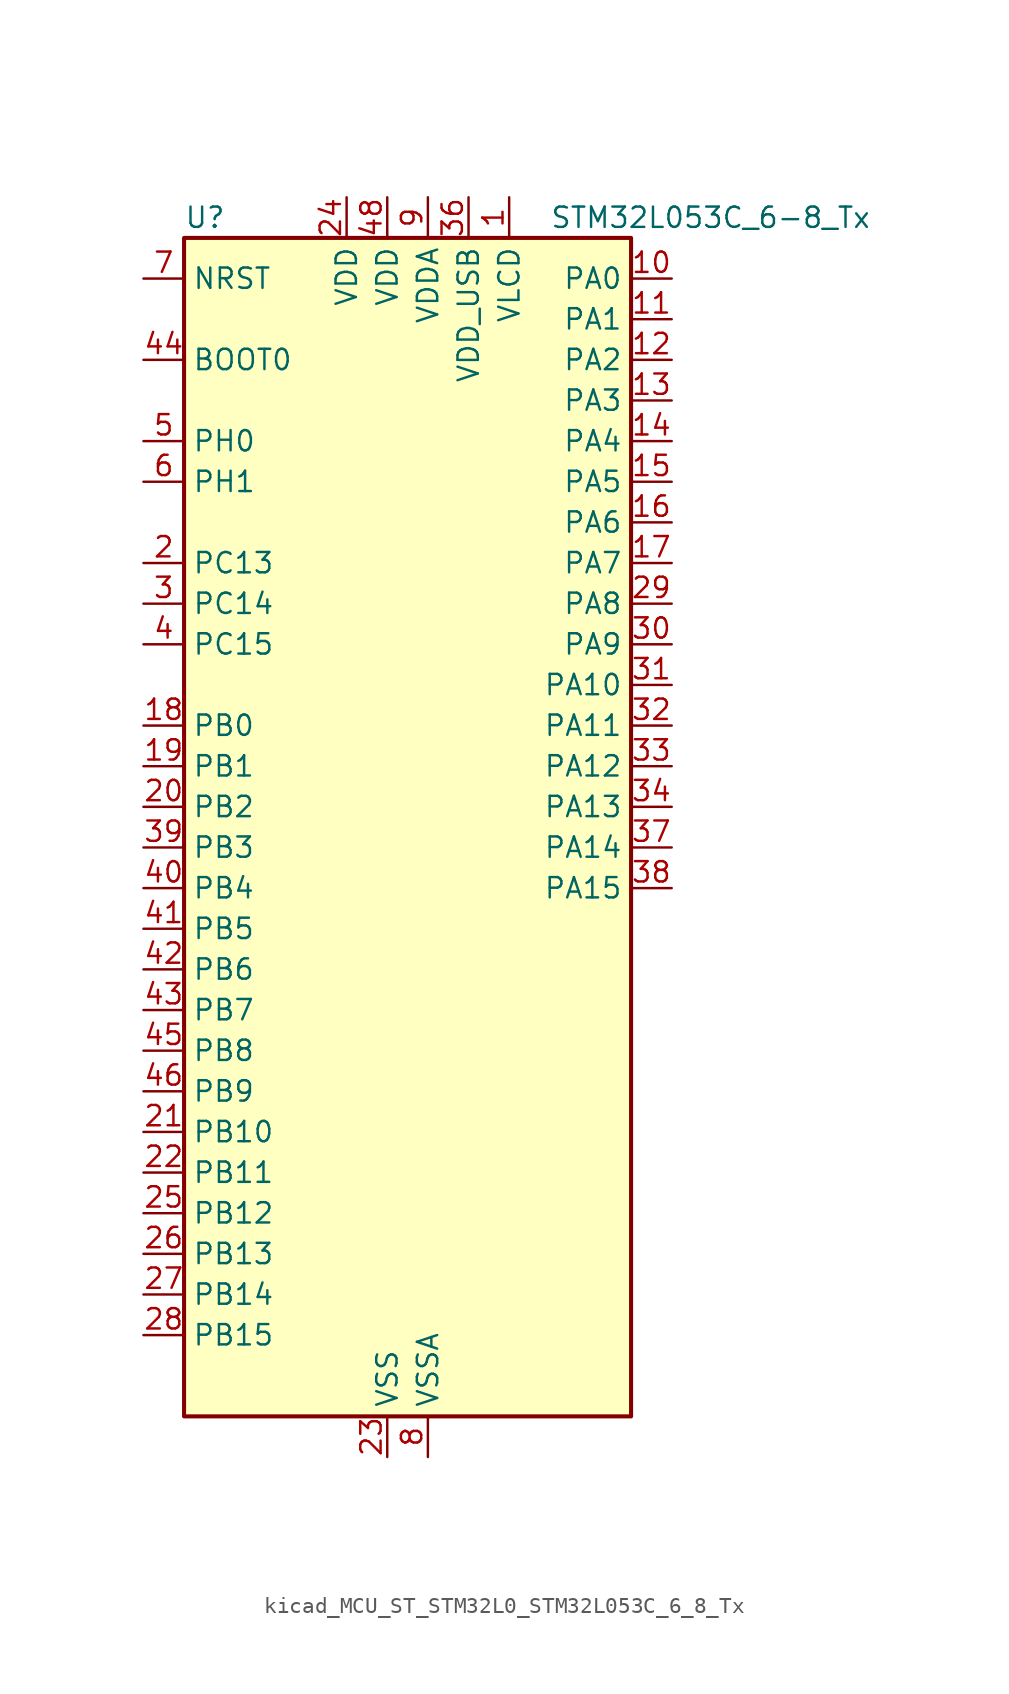
<source format=kicad_sym>
(kicad_symbol_lib
  (version 20220914)
  (generator kicad_symbol_editor)
  (symbol "kicad_MCU_ST_STM32L0_STM32L053C_6_8_Tx"
    (property "Reference" "U"
      (at -12.7 39.37 0)
      (effects (font (size 1.27 1.27)) (justify left)))
    (property "Value" "STM32L053C_6-8_Tx"
      (at 10.16 39.37 0)
      (effects (font (size 1.27 1.27)) (justify left)))
    (property "ki_locked" ""
      (at 0 0 0)
      (effects (font (size 1.27 1.27))))
    (symbol "kicad_MCU_ST_STM32L0_STM32L053C_6_8_Tx_0_1"
      (rectangle (start -12.7 -35.56) (end 15.24 38.1) (stroke (width 0.254) (type default)) (fill (type background))))
    (symbol "kicad_MCU_ST_STM32L0_STM32L053C_6_8_Tx_1_1"
      (pin power_in line (at 7.62 40.64 270) (length 2.54) (name "VLCD" (effects (font (size 1.27 1.27)))) (number "1" (effects (font (size 1.27 1.27)))))
      (pin bidirectional line (at 17.78 35.56 180) (length 2.54) (name "PA0" (effects (font (size 1.27 1.27)))) (number "10" (effects (font (size 1.27 1.27)))) (alternate "ADC_IN0" bidirectional line) (alternate "COMP1_INM" bidirectional line) (alternate "COMP1_OUT" bidirectional line) (alternate "RTC_TAMP2" bidirectional line) (alternate "SYS_WKUP1" bidirectional line) (alternate "TIM2_CH1" bidirectional line) (alternate "TIM2_ETR" bidirectional line) (alternate "TSC_G1_IO1" bidirectional line) (alternate "USART2_CTS" bidirectional line))
      (pin bidirectional line (at 17.78 33.02 180) (length 2.54) (name "PA1" (effects (font (size 1.27 1.27)))) (number "11" (effects (font (size 1.27 1.27)))) (alternate "ADC_IN1" bidirectional line) (alternate "COMP1_INP" bidirectional line) (alternate "LCD_SEG0" bidirectional line) (alternate "TIM21_ETR" bidirectional line) (alternate "TIM2_CH2" bidirectional line) (alternate "TSC_G1_IO2" bidirectional line) (alternate "USART2_DE" bidirectional line) (alternate "USART2_RTS" bidirectional line))
      (pin bidirectional line (at 17.78 30.48 180) (length 2.54) (name "PA2" (effects (font (size 1.27 1.27)))) (number "12" (effects (font (size 1.27 1.27)))) (alternate "ADC_IN2" bidirectional line) (alternate "COMP2_INM" bidirectional line) (alternate "COMP2_OUT" bidirectional line) (alternate "LCD_SEG1" bidirectional line) (alternate "TIM21_CH1" bidirectional line) (alternate "TIM2_CH3" bidirectional line) (alternate "TSC_G1_IO3" bidirectional line) (alternate "USART2_TX" bidirectional line))
      (pin bidirectional line (at 17.78 27.94 180) (length 2.54) (name "PA3" (effects (font (size 1.27 1.27)))) (number "13" (effects (font (size 1.27 1.27)))) (alternate "ADC_IN3" bidirectional line) (alternate "COMP2_INP" bidirectional line) (alternate "LCD_SEG2" bidirectional line) (alternate "TIM21_CH2" bidirectional line) (alternate "TIM2_CH4" bidirectional line) (alternate "TSC_G1_IO4" bidirectional line) (alternate "USART2_RX" bidirectional line))
      (pin bidirectional line (at 17.78 25.4 180) (length 2.54) (name "PA4" (effects (font (size 1.27 1.27)))) (number "14" (effects (font (size 1.27 1.27)))) (alternate "ADC_IN4" bidirectional line) (alternate "COMP1_INM" bidirectional line) (alternate "COMP2_INM" bidirectional line) (alternate "DAC_OUT1" bidirectional line) (alternate "SPI1_NSS" bidirectional line) (alternate "TIM22_ETR" bidirectional line) (alternate "TSC_G2_IO1" bidirectional line) (alternate "USART2_CK" bidirectional line))
      (pin bidirectional line (at 17.78 22.86 180) (length 2.54) (name "PA5" (effects (font (size 1.27 1.27)))) (number "15" (effects (font (size 1.27 1.27)))) (alternate "ADC_IN5" bidirectional line) (alternate "COMP1_INM" bidirectional line) (alternate "COMP2_INM" bidirectional line) (alternate "SPI1_SCK" bidirectional line) (alternate "TIM2_CH1" bidirectional line) (alternate "TIM2_ETR" bidirectional line) (alternate "TSC_G2_IO2" bidirectional line))
      (pin bidirectional line (at 17.78 20.32 180) (length 2.54) (name "PA6" (effects (font (size 1.27 1.27)))) (number "16" (effects (font (size 1.27 1.27)))) (alternate "ADC_IN6" bidirectional line) (alternate "COMP1_OUT" bidirectional line) (alternate "LCD_SEG3" bidirectional line) (alternate "LPUART1_CTS" bidirectional line) (alternate "SPI1_MISO" bidirectional line) (alternate "TIM22_CH1" bidirectional line) (alternate "TSC_G2_IO3" bidirectional line))
      (pin bidirectional line (at 17.78 17.78 180) (length 2.54) (name "PA7" (effects (font (size 1.27 1.27)))) (number "17" (effects (font (size 1.27 1.27)))) (alternate "ADC_IN7" bidirectional line) (alternate "COMP2_OUT" bidirectional line) (alternate "LCD_SEG4" bidirectional line) (alternate "SPI1_MOSI" bidirectional line) (alternate "TIM22_CH2" bidirectional line) (alternate "TSC_G2_IO4" bidirectional line))
      (pin bidirectional line (at -15.24 7.62 0) (length 2.54) (name "PB0" (effects (font (size 1.27 1.27)))) (number "18" (effects (font (size 1.27 1.27)))) (alternate "ADC_IN8" bidirectional line) (alternate "LCD_SEG5" bidirectional line) (alternate "LCD_VLCD3" bidirectional line) (alternate "SYS_VREF_OUT_PB0" bidirectional line) (alternate "TSC_G3_IO2" bidirectional line))
      (pin bidirectional line (at -15.24 5.08 0) (length 2.54) (name "PB1" (effects (font (size 1.27 1.27)))) (number "19" (effects (font (size 1.27 1.27)))) (alternate "ADC_IN9" bidirectional line) (alternate "LCD_SEG6" bidirectional line) (alternate "LPUART1_DE" bidirectional line) (alternate "LPUART1_RTS" bidirectional line) (alternate "SYS_VREF_OUT_PB1" bidirectional line) (alternate "TSC_G3_IO3" bidirectional line))
      (pin bidirectional line (at -15.24 17.78 0) (length 2.54) (name "PC13" (effects (font (size 1.27 1.27)))) (number "2" (effects (font (size 1.27 1.27)))) (alternate "RTC_OUT_ALARM" bidirectional line) (alternate "RTC_OUT_CALIB" bidirectional line) (alternate "RTC_TAMP1" bidirectional line) (alternate "RTC_TS" bidirectional line) (alternate "SYS_WKUP2" bidirectional line))
      (pin bidirectional line (at -15.24 2.54 0) (length 2.54) (name "PB2" (effects (font (size 1.27 1.27)))) (number "20" (effects (font (size 1.27 1.27)))) (alternate "LCD_VLCD1" bidirectional line) (alternate "LPTIM1_OUT" bidirectional line) (alternate "TSC_G3_IO4" bidirectional line))
      (pin bidirectional line (at -15.24 -17.78 0) (length 2.54) (name "PB10" (effects (font (size 1.27 1.27)))) (number "21" (effects (font (size 1.27 1.27)))) (alternate "I2C2_SCL" bidirectional line) (alternate "LCD_SEG10" bidirectional line) (alternate "LPUART1_TX" bidirectional line) (alternate "SPI2_SCK" bidirectional line) (alternate "TIM2_CH3" bidirectional line) (alternate "TSC_SYNC" bidirectional line))
      (pin bidirectional line (at -15.24 -20.32 0) (length 2.54) (name "PB11" (effects (font (size 1.27 1.27)))) (number "22" (effects (font (size 1.27 1.27)))) (alternate "ADC_EXTI11" bidirectional line) (alternate "I2C2_SDA" bidirectional line) (alternate "LCD_SEG11" bidirectional line) (alternate "LPUART1_RX" bidirectional line) (alternate "TIM2_CH4" bidirectional line) (alternate "TSC_G6_IO1" bidirectional line))
      (pin power_in line (at 0 -38.1 90) (length 2.54) (name "VSS" (effects (font (size 1.27 1.27)))) (number "23" (effects (font (size 1.27 1.27)))))
      (pin power_in line (at -2.54 40.64 270) (length 2.54) (name "VDD" (effects (font (size 1.27 1.27)))) (number "24" (effects (font (size 1.27 1.27)))))
      (pin bidirectional line (at -15.24 -22.86 0) (length 2.54) (name "PB12" (effects (font (size 1.27 1.27)))) (number "25" (effects (font (size 1.27 1.27)))) (alternate "I2S2_WS" bidirectional line) (alternate "LCD_SEG12" bidirectional line) (alternate "LCD_VLCD2" bidirectional line) (alternate "LPUART1_DE" bidirectional line) (alternate "LPUART1_RTS" bidirectional line) (alternate "SPI2_NSS" bidirectional line) (alternate "TSC_G6_IO2" bidirectional line))
      (pin bidirectional line (at -15.24 -25.4 0) (length 2.54) (name "PB13" (effects (font (size 1.27 1.27)))) (number "26" (effects (font (size 1.27 1.27)))) (alternate "I2C2_SCL" bidirectional line) (alternate "I2S2_CK" bidirectional line) (alternate "LCD_SEG13" bidirectional line) (alternate "LPUART1_CTS" bidirectional line) (alternate "SPI2_SCK" bidirectional line) (alternate "TIM21_CH1" bidirectional line) (alternate "TSC_G6_IO3" bidirectional line))
      (pin bidirectional line (at -15.24 -27.94 0) (length 2.54) (name "PB14" (effects (font (size 1.27 1.27)))) (number "27" (effects (font (size 1.27 1.27)))) (alternate "I2C2_SDA" bidirectional line) (alternate "I2S2_MCK" bidirectional line) (alternate "LCD_SEG14" bidirectional line) (alternate "LPUART1_DE" bidirectional line) (alternate "LPUART1_RTS" bidirectional line) (alternate "RTC_OUT_ALARM" bidirectional line) (alternate "RTC_OUT_CALIB" bidirectional line) (alternate "SPI2_MISO" bidirectional line) (alternate "TIM21_CH2" bidirectional line) (alternate "TSC_G6_IO4" bidirectional line))
      (pin bidirectional line (at -15.24 -30.48 0) (length 2.54) (name "PB15" (effects (font (size 1.27 1.27)))) (number "28" (effects (font (size 1.27 1.27)))) (alternate "I2S2_SD" bidirectional line) (alternate "LCD_SEG15" bidirectional line) (alternate "RTC_REFIN" bidirectional line) (alternate "SPI2_MOSI" bidirectional line))
      (pin bidirectional line (at 17.78 15.24 180) (length 2.54) (name "PA8" (effects (font (size 1.27 1.27)))) (number "29" (effects (font (size 1.27 1.27)))) (alternate "CRS_SYNC" bidirectional line) (alternate "LCD_COM0" bidirectional line) (alternate "RCC_MCO" bidirectional line) (alternate "USART1_CK" bidirectional line))
      (pin bidirectional line (at -15.24 15.24 0) (length 2.54) (name "PC14" (effects (font (size 1.27 1.27)))) (number "3" (effects (font (size 1.27 1.27)))) (alternate "RCC_OSC32_IN" bidirectional line))
      (pin bidirectional line (at 17.78 12.7 180) (length 2.54) (name "PA9" (effects (font (size 1.27 1.27)))) (number "30" (effects (font (size 1.27 1.27)))) (alternate "DAC_EXTI9" bidirectional line) (alternate "LCD_COM1" bidirectional line) (alternate "RCC_MCO" bidirectional line) (alternate "TSC_G4_IO1" bidirectional line) (alternate "USART1_TX" bidirectional line))
      (pin bidirectional line (at 17.78 10.16 180) (length 2.54) (name "PA10" (effects (font (size 1.27 1.27)))) (number "31" (effects (font (size 1.27 1.27)))) (alternate "LCD_COM2" bidirectional line) (alternate "TSC_G4_IO2" bidirectional line) (alternate "USART1_RX" bidirectional line))
      (pin bidirectional line (at 17.78 7.62 180) (length 2.54) (name "PA11" (effects (font (size 1.27 1.27)))) (number "32" (effects (font (size 1.27 1.27)))) (alternate "ADC_EXTI11" bidirectional line) (alternate "COMP1_OUT" bidirectional line) (alternate "SPI1_MISO" bidirectional line) (alternate "TSC_G4_IO3" bidirectional line) (alternate "USART1_CTS" bidirectional line) (alternate "USB_DM" bidirectional line))
      (pin bidirectional line (at 17.78 5.08 180) (length 2.54) (name "PA12" (effects (font (size 1.27 1.27)))) (number "33" (effects (font (size 1.27 1.27)))) (alternate "COMP2_OUT" bidirectional line) (alternate "SPI1_MOSI" bidirectional line) (alternate "TSC_G4_IO4" bidirectional line) (alternate "USART1_DE" bidirectional line) (alternate "USART1_RTS" bidirectional line) (alternate "USB_DP" bidirectional line))
      (pin bidirectional line (at 17.78 2.54 180) (length 2.54) (name "PA13" (effects (font (size 1.27 1.27)))) (number "34" (effects (font (size 1.27 1.27)))) (alternate "SYS_SWDIO" bidirectional line) (alternate "USB_NOE" bidirectional line))
      (pin passive line (at 0 -38.1 90) (length 2.54) hide (name "VSS" (effects (font (size 1.27 1.27)))) (number "35" (effects (font (size 1.27 1.27)))))
      (pin power_in line (at 5.08 40.64 270) (length 2.54) (name "VDD_USB" (effects (font (size 1.27 1.27)))) (number "36" (effects (font (size 1.27 1.27)))))
      (pin bidirectional line (at 17.78 0 180) (length 2.54) (name "PA14" (effects (font (size 1.27 1.27)))) (number "37" (effects (font (size 1.27 1.27)))) (alternate "SYS_SWCLK" bidirectional line) (alternate "USART2_TX" bidirectional line))
      (pin bidirectional line (at 17.78 -2.54 180) (length 2.54) (name "PA15" (effects (font (size 1.27 1.27)))) (number "38" (effects (font (size 1.27 1.27)))) (alternate "LCD_SEG17" bidirectional line) (alternate "SPI1_NSS" bidirectional line) (alternate "TIM2_CH1" bidirectional line) (alternate "TIM2_ETR" bidirectional line) (alternate "USART2_RX" bidirectional line))
      (pin bidirectional line (at -15.24 0 0) (length 2.54) (name "PB3" (effects (font (size 1.27 1.27)))) (number "39" (effects (font (size 1.27 1.27)))) (alternate "COMP2_INM" bidirectional line) (alternate "LCD_SEG7" bidirectional line) (alternate "SPI1_SCK" bidirectional line) (alternate "TIM2_CH2" bidirectional line) (alternate "TSC_G5_IO1" bidirectional line))
      (pin bidirectional line (at -15.24 12.7 0) (length 2.54) (name "PC15" (effects (font (size 1.27 1.27)))) (number "4" (effects (font (size 1.27 1.27)))) (alternate "RCC_OSC32_OUT" bidirectional line))
      (pin bidirectional line (at -15.24 -2.54 0) (length 2.54) (name "PB4" (effects (font (size 1.27 1.27)))) (number "40" (effects (font (size 1.27 1.27)))) (alternate "COMP2_INP" bidirectional line) (alternate "LCD_SEG8" bidirectional line) (alternate "SPI1_MISO" bidirectional line) (alternate "TIM22_CH1" bidirectional line) (alternate "TSC_G5_IO2" bidirectional line))
      (pin bidirectional line (at -15.24 -5.08 0) (length 2.54) (name "PB5" (effects (font (size 1.27 1.27)))) (number "41" (effects (font (size 1.27 1.27)))) (alternate "COMP2_INP" bidirectional line) (alternate "I2C1_SMBA" bidirectional line) (alternate "LCD_SEG9" bidirectional line) (alternate "LPTIM1_IN1" bidirectional line) (alternate "SPI1_MOSI" bidirectional line) (alternate "TIM22_CH2" bidirectional line))
      (pin bidirectional line (at -15.24 -7.62 0) (length 2.54) (name "PB6" (effects (font (size 1.27 1.27)))) (number "42" (effects (font (size 1.27 1.27)))) (alternate "COMP2_INP" bidirectional line) (alternate "I2C1_SCL" bidirectional line) (alternate "LPTIM1_ETR" bidirectional line) (alternate "TSC_G5_IO3" bidirectional line) (alternate "USART1_TX" bidirectional line))
      (pin bidirectional line (at -15.24 -10.16 0) (length 2.54) (name "PB7" (effects (font (size 1.27 1.27)))) (number "43" (effects (font (size 1.27 1.27)))) (alternate "COMP2_INP" bidirectional line) (alternate "I2C1_SDA" bidirectional line) (alternate "LPTIM1_IN2" bidirectional line) (alternate "SYS_PVD_IN" bidirectional line) (alternate "TSC_G5_IO4" bidirectional line) (alternate "USART1_RX" bidirectional line))
      (pin input line (at -15.24 30.48 0) (length 2.54) (name "BOOT0" (effects (font (size 1.27 1.27)))) (number "44" (effects (font (size 1.27 1.27)))))
      (pin bidirectional line (at -15.24 -12.7 0) (length 2.54) (name "PB8" (effects (font (size 1.27 1.27)))) (number "45" (effects (font (size 1.27 1.27)))) (alternate "I2C1_SCL" bidirectional line) (alternate "LCD_SEG16" bidirectional line) (alternate "TSC_SYNC" bidirectional line))
      (pin bidirectional line (at -15.24 -15.24 0) (length 2.54) (name "PB9" (effects (font (size 1.27 1.27)))) (number "46" (effects (font (size 1.27 1.27)))) (alternate "DAC_EXTI9" bidirectional line) (alternate "I2C1_SDA" bidirectional line) (alternate "I2S2_WS" bidirectional line) (alternate "LCD_COM3" bidirectional line) (alternate "SPI2_NSS" bidirectional line))
      (pin passive line (at 0 -38.1 90) (length 2.54) hide (name "VSS" (effects (font (size 1.27 1.27)))) (number "47" (effects (font (size 1.27 1.27)))))
      (pin power_in line (at 0 40.64 270) (length 2.54) (name "VDD" (effects (font (size 1.27 1.27)))) (number "48" (effects (font (size 1.27 1.27)))))
      (pin bidirectional line (at -15.24 25.4 0) (length 2.54) (name "PH0" (effects (font (size 1.27 1.27)))) (number "5" (effects (font (size 1.27 1.27)))) (alternate "CRS_SYNC" bidirectional line) (alternate "RCC_OSC_IN" bidirectional line))
      (pin bidirectional line (at -15.24 22.86 0) (length 2.54) (name "PH1" (effects (font (size 1.27 1.27)))) (number "6" (effects (font (size 1.27 1.27)))) (alternate "RCC_OSC_OUT" bidirectional line))
      (pin input line (at -15.24 35.56 0) (length 2.54) (name "NRST" (effects (font (size 1.27 1.27)))) (number "7" (effects (font (size 1.27 1.27)))))
      (pin power_in line (at 2.54 -38.1 90) (length 2.54) (name "VSSA" (effects (font (size 1.27 1.27)))) (number "8" (effects (font (size 1.27 1.27)))))
      (pin power_in line (at 2.54 40.64 270) (length 2.54) (name "VDDA" (effects (font (size 1.27 1.27)))) (number "9" (effects (font (size 1.27 1.27))))))))
</source>
